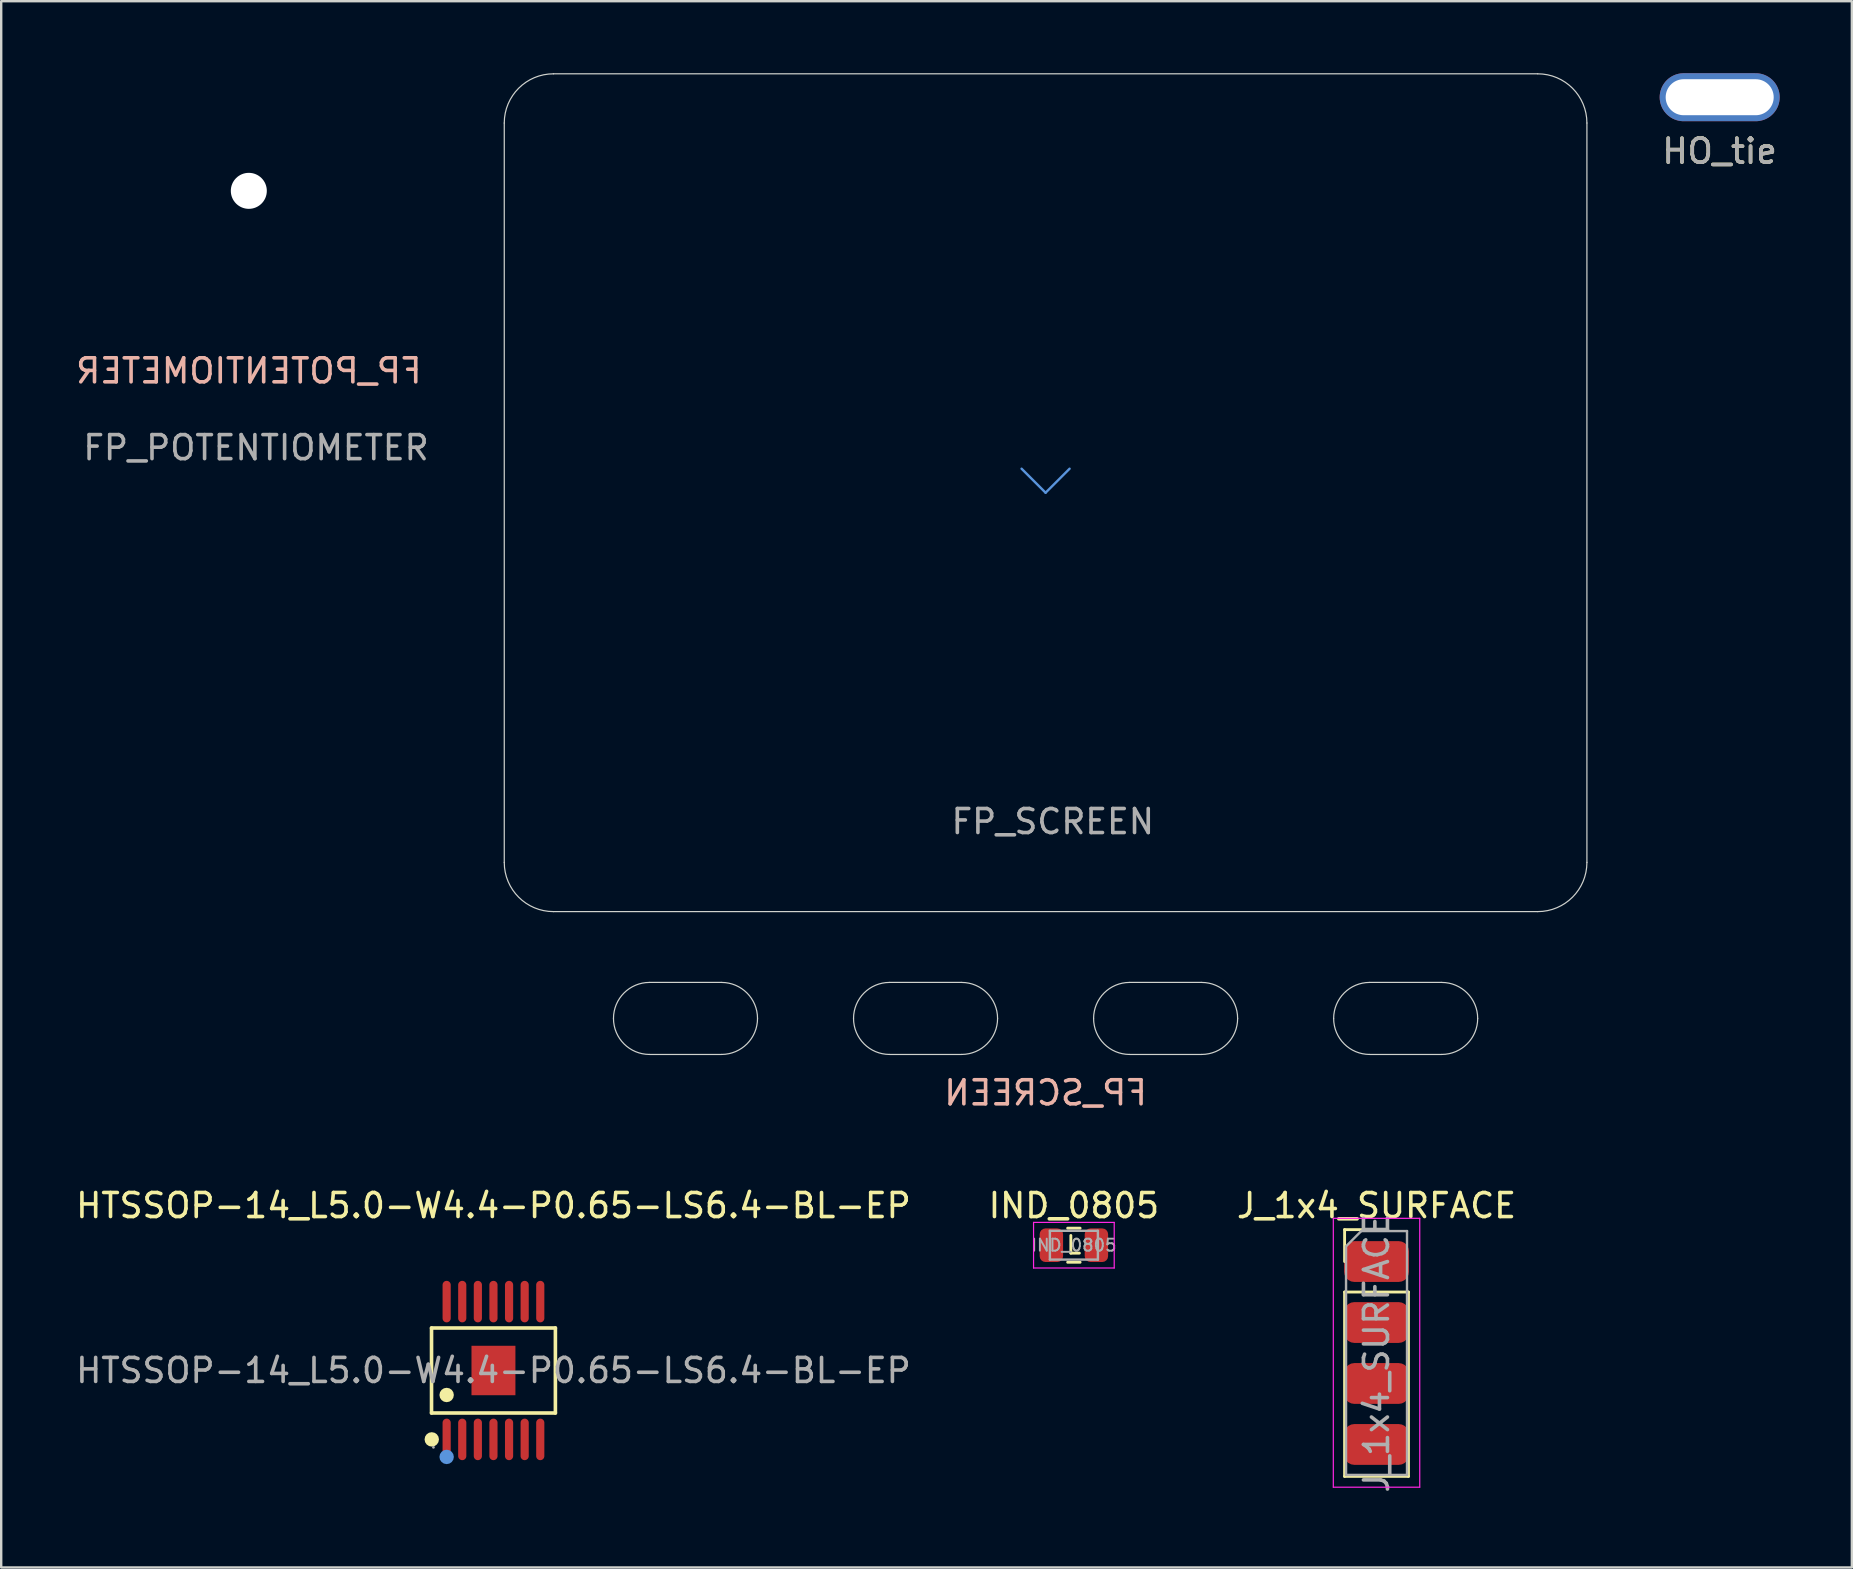
<source format=kicad_pcb>
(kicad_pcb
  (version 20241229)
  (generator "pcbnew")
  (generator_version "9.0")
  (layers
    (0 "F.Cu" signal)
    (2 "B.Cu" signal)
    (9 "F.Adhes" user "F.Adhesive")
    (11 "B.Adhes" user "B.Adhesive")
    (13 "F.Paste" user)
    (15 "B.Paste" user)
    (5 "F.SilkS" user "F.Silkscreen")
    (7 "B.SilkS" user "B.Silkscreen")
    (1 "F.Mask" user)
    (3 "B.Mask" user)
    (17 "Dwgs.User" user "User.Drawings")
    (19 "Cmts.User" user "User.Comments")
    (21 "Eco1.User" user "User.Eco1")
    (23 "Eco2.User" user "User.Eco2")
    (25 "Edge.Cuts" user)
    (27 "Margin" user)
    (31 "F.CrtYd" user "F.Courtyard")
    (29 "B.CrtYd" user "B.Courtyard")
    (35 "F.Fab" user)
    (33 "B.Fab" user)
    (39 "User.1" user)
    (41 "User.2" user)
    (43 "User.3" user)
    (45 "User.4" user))
  (footprint "IND_0805"
    (layer "F.Cu")
    (at 41.685 48.822)
    (property "Reference" "IND_0805" (at 0 -1.65 0) (layer "F.SilkS") (effects (font (size 1 1) (thickness 0.15))))
    (attr smd)
    (fp_line (start -0.259 -0.71) (end 0.259 -0.71) (stroke (width 0.12) (type solid)) (layer "F.SilkS"))
    (fp_line (start -0.259 0.71) (end 0.259 0.71) (stroke (width 0.12) (type solid)) (layer "F.SilkS"))
    (fp_line (start -0.127 -0.406) (end -0.127 0.33) (stroke (width 0.12) (type solid)) (layer "F.SilkS"))
    (fp_line (start -0.127 0.33) (end 0.229 0.33) (stroke (width 0.12) (type solid)) (layer "F.SilkS"))
    (fp_line (start -1.68 -0.95) (end 1.68 -0.95) (stroke (width 0.05) (type solid)) (layer "F.CrtYd"))
    (fp_line (start -1.68 0.95) (end -1.68 -0.95) (stroke (width 0.05) (type solid)) (layer "F.CrtYd"))
    (fp_line (start 1.68 -0.95) (end 1.68 0.95) (stroke (width 0.05) (type solid)) (layer "F.CrtYd"))
    (fp_line (start 1.68 0.95) (end -1.68 0.95) (stroke (width 0.05) (type solid)) (layer "F.CrtYd"))
    (fp_line (start -1 -0.6) (end 1 -0.6) (stroke (width 0.1) (type solid)) (layer "F.Fab"))
    (fp_line (start -1 0.6) (end -1 -0.6) (stroke (width 0.1) (type solid)) (layer "F.Fab"))
    (fp_line (start 1 -0.6) (end 1 0.6) (stroke (width 0.1) (type solid)) (layer "F.Fab"))
    (fp_line (start 1 0.6) (end -1 0.6) (stroke (width 0.1) (type solid)) (layer "F.Fab"))
    (fp_text user "${REFERENCE}" (at 0 0 0) (layer "F.Fab") (effects (font (size 0.5 0.5) (thickness 0.08))))
    (pad "1" smd roundrect (at -0.938 0) (size 0.975 1.4) (layers "F.Cu" "F.Mask" "F.Paste") (roundrect_rratio 0.25))
    (pad "2" smd roundrect (at 0.938 0) (size 0.975 1.4) (layers "F.Cu" "F.Mask" "F.Paste") (roundrect_rratio 0.25)))
  (footprint "HO_tie"
    (layer "F.Cu")
    (at 68.587 1)
    (property "Reference" "HO_tie" (at 0 2.25 0) (layer "F.SilkS") (effects (font (size 1 1) (thickness 0.15))))
    (attr through_hole)
    (fp_text user "${REFERENCE}" (at 0 2.25 0) (layer "F.Fab") (effects (font (size 1 1) (thickness 0.15))))
    (pad "1" thru_hole oval (at 0 0) (size 5 2) (drill oval 4.5 1.5) (layers "*.Cu" "*.Mask")))
  (footprint "FP_SCREEN"
    (layer "F.Cu")
    (at 40.506 17.475)
    (property "Reference" "FP_SCREEN" (at 0 25 0) (layer "B.SilkS") (effects (font (size 1 1) (thickness 0.15)) (justify mirror)))
    (attr exclude_from_pos_files exclude_from_bom)
    (fp_line (start -1 -1) (end 0 0) (stroke (width 0.1) (type default)) (layer "Cmts.User"))
    (fp_line (start 0 0) (end 1 -1) (stroke (width 0.1) (type default)) (layer "Cmts.User"))
    (fp_line (start -22.55 15.4) (end -22.55 -15.4) (stroke (width 0.05) (type default)) (layer "Edge.Cuts"))
    (fp_line (start -20.5 -17.45) (end 20.5 -17.45) (stroke (width 0.05) (type default)) (layer "Edge.Cuts"))
    (fp_line (start -16.5 20.4) (end -13.5 20.4) (stroke (width 0.05) (type default)) (layer "Edge.Cuts"))
    (fp_line (start -13.5 23.4) (end -16.5 23.4) (stroke (width 0.05) (type default)) (layer "Edge.Cuts"))
    (fp_line (start -6.5 20.4) (end -3.5 20.4) (stroke (width 0.05) (type default)) (layer "Edge.Cuts"))
    (fp_line (start -3.5 23.4) (end -6.5 23.4) (stroke (width 0.05) (type default)) (layer "Edge.Cuts"))
    (fp_line (start 3.5 20.4) (end 6.5 20.4) (stroke (width 0.05) (type default)) (layer "Edge.Cuts"))
    (fp_line (start 6.5 23.4) (end 3.5 23.4) (stroke (width 0.05) (type default)) (layer "Edge.Cuts"))
    (fp_line (start 13.5 20.4) (end 16.5 20.4) (stroke (width 0.05) (type default)) (layer "Edge.Cuts"))
    (fp_line (start 16.5 23.4) (end 13.5 23.4) (stroke (width 0.05) (type default)) (layer "Edge.Cuts"))
    (fp_line (start 20.5 17.45) (end -20.5 17.45) (stroke (width 0.05) (type default)) (layer "Edge.Cuts"))
    (fp_line (start 22.55 -15.4) (end 22.55 15.4) (stroke (width 0.05) (type default)) (layer "Edge.Cuts"))
    (fp_arc (start -22.55 -15.4) (mid -21.949569 -16.849569) (end -20.5 -17.45) (stroke (width 0.05) (type default)) (layer "Edge.Cuts"))
    (fp_arc (start -20.5 17.45) (mid -21.949569 16.849569) (end -22.55 15.4) (stroke (width 0.05) (type default)) (layer "Edge.Cuts"))
    (fp_arc (start -18 21.9) (mid -17.56066 20.83934) (end -16.5 20.4) (stroke (width 0.05) (type default)) (layer "Edge.Cuts"))
    (fp_arc (start -16.5 23.4) (mid -17.56066 22.96066) (end -18 21.9) (stroke (width 0.05) (type default)) (layer "Edge.Cuts"))
    (fp_arc (start -13.5 20.4) (mid -12.43934 20.83934) (end -12 21.9) (stroke (width 0.05) (type default)) (layer "Edge.Cuts"))
    (fp_arc (start -12 21.9) (mid -12.43934 22.96066) (end -13.5 23.4) (stroke (width 0.05) (type default)) (layer "Edge.Cuts"))
    (fp_arc (start -8 21.9) (mid -7.56066 20.83934) (end -6.5 20.4) (stroke (width 0.05) (type default)) (layer "Edge.Cuts"))
    (fp_arc (start -6.5 23.4) (mid -7.56066 22.96066) (end -8 21.9) (stroke (width 0.05) (type default)) (layer "Edge.Cuts"))
    (fp_arc (start -3.5 20.4) (mid -2.43934 20.83934) (end -2 21.9) (stroke (width 0.05) (type default)) (layer "Edge.Cuts"))
    (fp_arc (start -2 21.9) (mid -2.43934 22.96066) (end -3.5 23.4) (stroke (width 0.05) (type default)) (layer "Edge.Cuts"))
    (fp_arc (start 2 21.9) (mid 2.43934 20.83934) (end 3.5 20.4) (stroke (width 0.05) (type default)) (layer "Edge.Cuts"))
    (fp_arc (start 3.5 23.4) (mid 2.43934 22.96066) (end 2 21.9) (stroke (width 0.05) (type default)) (layer "Edge.Cuts"))
    (fp_arc (start 6.5 20.4) (mid 7.56066 20.83934) (end 8 21.9) (stroke (width 0.05) (type default)) (layer "Edge.Cuts"))
    (fp_arc (start 8 21.9) (mid 7.56066 22.96066) (end 6.5 23.4) (stroke (width 0.05) (type default)) (layer "Edge.Cuts"))
    (fp_arc (start 12 21.9) (mid 12.43934 20.83934) (end 13.5 20.4) (stroke (width 0.05) (type default)) (layer "Edge.Cuts"))
    (fp_arc (start 13.5 23.4) (mid 12.43934 22.96066) (end 12 21.9) (stroke (width 0.05) (type default)) (layer "Edge.Cuts"))
    (fp_arc (start 16.5 20.4) (mid 17.56066 20.83934) (end 18 21.9) (stroke (width 0.05) (type default)) (layer "Edge.Cuts"))
    (fp_arc (start 18 21.9) (mid 17.56066 22.96066) (end 16.5 23.4) (stroke (width 0.05) (type default)) (layer "Edge.Cuts"))
    (fp_arc (start 20.499999 -17.449999) (mid 21.949568 -16.849568) (end 22.549999 -15.399999) (stroke (width 0.05) (type default)) (layer "Edge.Cuts"))
    (fp_arc (start 22.55 15.4) (mid 21.949569 16.849569) (end 20.5 17.45) (stroke (width 0.05) (type default)) (layer "Edge.Cuts"))
    (fp_text user "${REFERENCE}" (at 0.3 13.7 0) (layer "F.Fab") (effects (font (size 1 1) (thickness 0.15)))))
  (footprint "J_1x4_SURFACE"
    (layer "F.Cu")
    (at 54.292 49.502)
    (property "Reference" "J_1x4_SURFACE" (at 0 -2.33 0) (layer "F.SilkS") (effects (font (size 1 1) (thickness 0.15))))
    (attr through_hole)
    (fp_line (start -1.33 -1.33) (end 0 -1.33) (stroke (width 0.12) (type solid)) (layer "F.SilkS"))
    (fp_line (start -1.33 0) (end -1.33 -1.33) (stroke (width 0.12) (type solid)) (layer "F.SilkS"))
    (fp_line (start -1.33 1.27) (end -1.33 8.95) (stroke (width 0.12) (type solid)) (layer "F.SilkS"))
    (fp_line (start -1.33 1.27) (end 1.33 1.27) (stroke (width 0.12) (type solid)) (layer "F.SilkS"))
    (fp_line (start -1.33 8.95) (end 1.33 8.95) (stroke (width 0.12) (type solid)) (layer "F.SilkS"))
    (fp_line (start 1.33 1.27) (end 1.33 8.95) (stroke (width 0.12) (type solid)) (layer "F.SilkS"))
    (fp_line (start -1.8 -1.8) (end -1.8 9.4) (stroke (width 0.05) (type solid)) (layer "F.CrtYd"))
    (fp_line (start -1.8 9.4) (end 1.8 9.4) (stroke (width 0.05) (type solid)) (layer "F.CrtYd"))
    (fp_line (start 1.8 -1.8) (end -1.8 -1.8) (stroke (width 0.05) (type solid)) (layer "F.CrtYd"))
    (fp_line (start 1.8 9.4) (end 1.8 -1.8) (stroke (width 0.05) (type solid)) (layer "F.CrtYd"))
    (fp_line (start -1.27 -0.635) (end -0.635 -1.27) (stroke (width 0.1) (type solid)) (layer "F.Fab"))
    (fp_line (start -1.27 8.89) (end -1.27 -0.635) (stroke (width 0.1) (type solid)) (layer "F.Fab"))
    (fp_line (start -0.635 -1.27) (end 1.27 -1.27) (stroke (width 0.1) (type solid)) (layer "F.Fab"))
    (fp_line (start 1.27 -1.27) (end 1.27 8.89) (stroke (width 0.1) (type solid)) (layer "F.Fab"))
    (fp_line (start 1.27 8.89) (end -1.27 8.89) (stroke (width 0.1) (type solid)) (layer "F.Fab"))
    (fp_text user "${REFERENCE}" (at 0 3.81 90) (layer "F.Fab") (effects (font (size 1 1) (thickness 0.15))))
    (pad "1" smd roundrect (at 0 0) (size 2.7 1.7) (layers "F.Cu" "F.Mask" "F.Paste") (roundrect_rratio 0.25))
    (pad "2" smd roundrect (at 0 2.54) (size 2.7 1.7) (layers "F.Cu" "F.Mask" "F.Paste") (roundrect_rratio 0.25))
    (pad "3" smd roundrect (at 0 5.08) (size 2.7 1.7) (layers "F.Cu" "F.Mask" "F.Paste") (roundrect_rratio 0.25))
    (pad "4" smd roundrect (at 0 7.62) (size 2.7 1.7) (layers "F.Cu" "F.Mask" "F.Paste") (roundrect_rratio 0.25)))
  (footprint "FP_POTENTIOMETER"
    (layer "F.Cu")
    (at 7.315 4.9)
    (property "Reference" "FP_POTENTIOMETER" (at 0 7.5 0) (layer "B.SilkS") (effects (font (size 1 1) (thickness 0.15)) (justify mirror)))
    (attr exclude_from_pos_files exclude_from_bom)
    (fp_text user "${REFERENCE}" (at 0.3 10.7 0) (layer "F.Fab") (effects (font (size 1 1) (thickness 0.15))))
    (pad "" np_thru_hole circle (at 0 0 90) (size 1.5 1.5) (drill 9.8) (layers "*.Cu" "*.Mask")))
  (footprint "HTSSOP-14_L5.0-W4.4-P0.65-LS6.4-BL-EP"
    (layer "F.Cu")
    (at 17.506 54.041)
    (property "Reference" "HTSSOP-14_L5.0-W4.4-P0.65-LS6.4-BL-EP" (at 0 -6.87 0) (layer "F.SilkS") (effects (font (size 1 1) (thickness 0.15))))
    (attr through_hole)
    (fp_line (start -2.58 -1.77) (end 2.58 -1.77) (stroke (width 0.15) (type solid)) (layer "F.SilkS"))
    (fp_line (start -2.58 1.77) (end -2.58 -1.77) (stroke (width 0.15) (type solid)) (layer "F.SilkS"))
    (fp_line (start 2.58 -1.77) (end 2.58 1.77) (stroke (width 0.15) (type solid)) (layer "F.SilkS"))
    (fp_line (start 2.58 1.77) (end -2.58 1.77) (stroke (width 0.15) (type solid)) (layer "F.SilkS"))
    (fp_circle (center -2.57 2.87) (end -2.42 2.87) (stroke (width 0.3) (type solid)) (fill no) (layer "F.SilkS"))
    (fp_circle (center -1.95 1.02) (end -1.8 1.02) (stroke (width 0.3) (type solid)) (fill no) (layer "F.SilkS"))
    (fp_circle (center -1.95 3.6) (end -1.8 3.6) (stroke (width 0.3) (type solid)) (fill no) (layer "Cmts.User"))
    (fp_circle (center -2.5 3.2) (end -2.47 3.2) (stroke (width 0.06) (type solid)) (fill no) (layer "F.Fab"))
    (fp_text user "${REFERENCE}" (at 0 0 0) (layer "F.Fab") (effects (font (size 1 1) (thickness 0.15))))
    (pad "1" smd oval (at -1.95 2.87) (size 0.34 1.73) (layers "F.Cu" "F.Mask" "F.Paste"))
    (pad "2" smd oval (at -1.3 2.87) (size 0.34 1.73) (layers "F.Cu" "F.Mask" "F.Paste"))
    (pad "3" smd oval (at -0.65 2.87) (size 0.34 1.73) (layers "F.Cu" "F.Mask" "F.Paste"))
    (pad "4" smd oval (at 0 2.87) (size 0.34 1.73) (layers "F.Cu" "F.Mask" "F.Paste"))
    (pad "5" smd oval (at 0.65 2.87) (size 0.34 1.73) (layers "F.Cu" "F.Mask" "F.Paste"))
    (pad "6" smd oval (at 1.3 2.87) (size 0.34 1.73) (layers "F.Cu" "F.Mask" "F.Paste"))
    (pad "7" smd oval (at 1.95 2.87) (size 0.34 1.73) (layers "F.Cu" "F.Mask" "F.Paste"))
    (pad "8" smd oval (at 1.95 -2.87) (size 0.34 1.73) (layers "F.Cu" "F.Mask" "F.Paste"))
    (pad "9" smd oval (at 1.3 -2.87) (size 0.34 1.73) (layers "F.Cu" "F.Mask" "F.Paste"))
    (pad "10" smd oval (at 0.65 -2.87) (size 0.34 1.73) (layers "F.Cu" "F.Mask" "F.Paste"))
    (pad "11" smd oval (at 0 -2.87) (size 0.34 1.73) (layers "F.Cu" "F.Mask" "F.Paste"))
    (pad "12" smd oval (at -0.65 -2.87) (size 0.34 1.73) (layers "F.Cu" "F.Mask" "F.Paste"))
    (pad "13" smd oval (at -1.3 -2.87) (size 0.34 1.73) (layers "F.Cu" "F.Mask" "F.Paste"))
    (pad "14" smd oval (at -1.95 -2.87) (size 0.34 1.73) (layers "F.Cu" "F.Mask" "F.Paste"))
    (pad "15" smd rect (at 0 0) (size 1.83 2.06) (layers "F.Cu" "F.Mask" "F.Paste")))
  (gr_rect
    (start -3 -3)
    (end 74.093 62.246)
    (stroke (width 0.1) (type default))
    (fill no)
    (layer "Edge.Cuts")))
</source>
